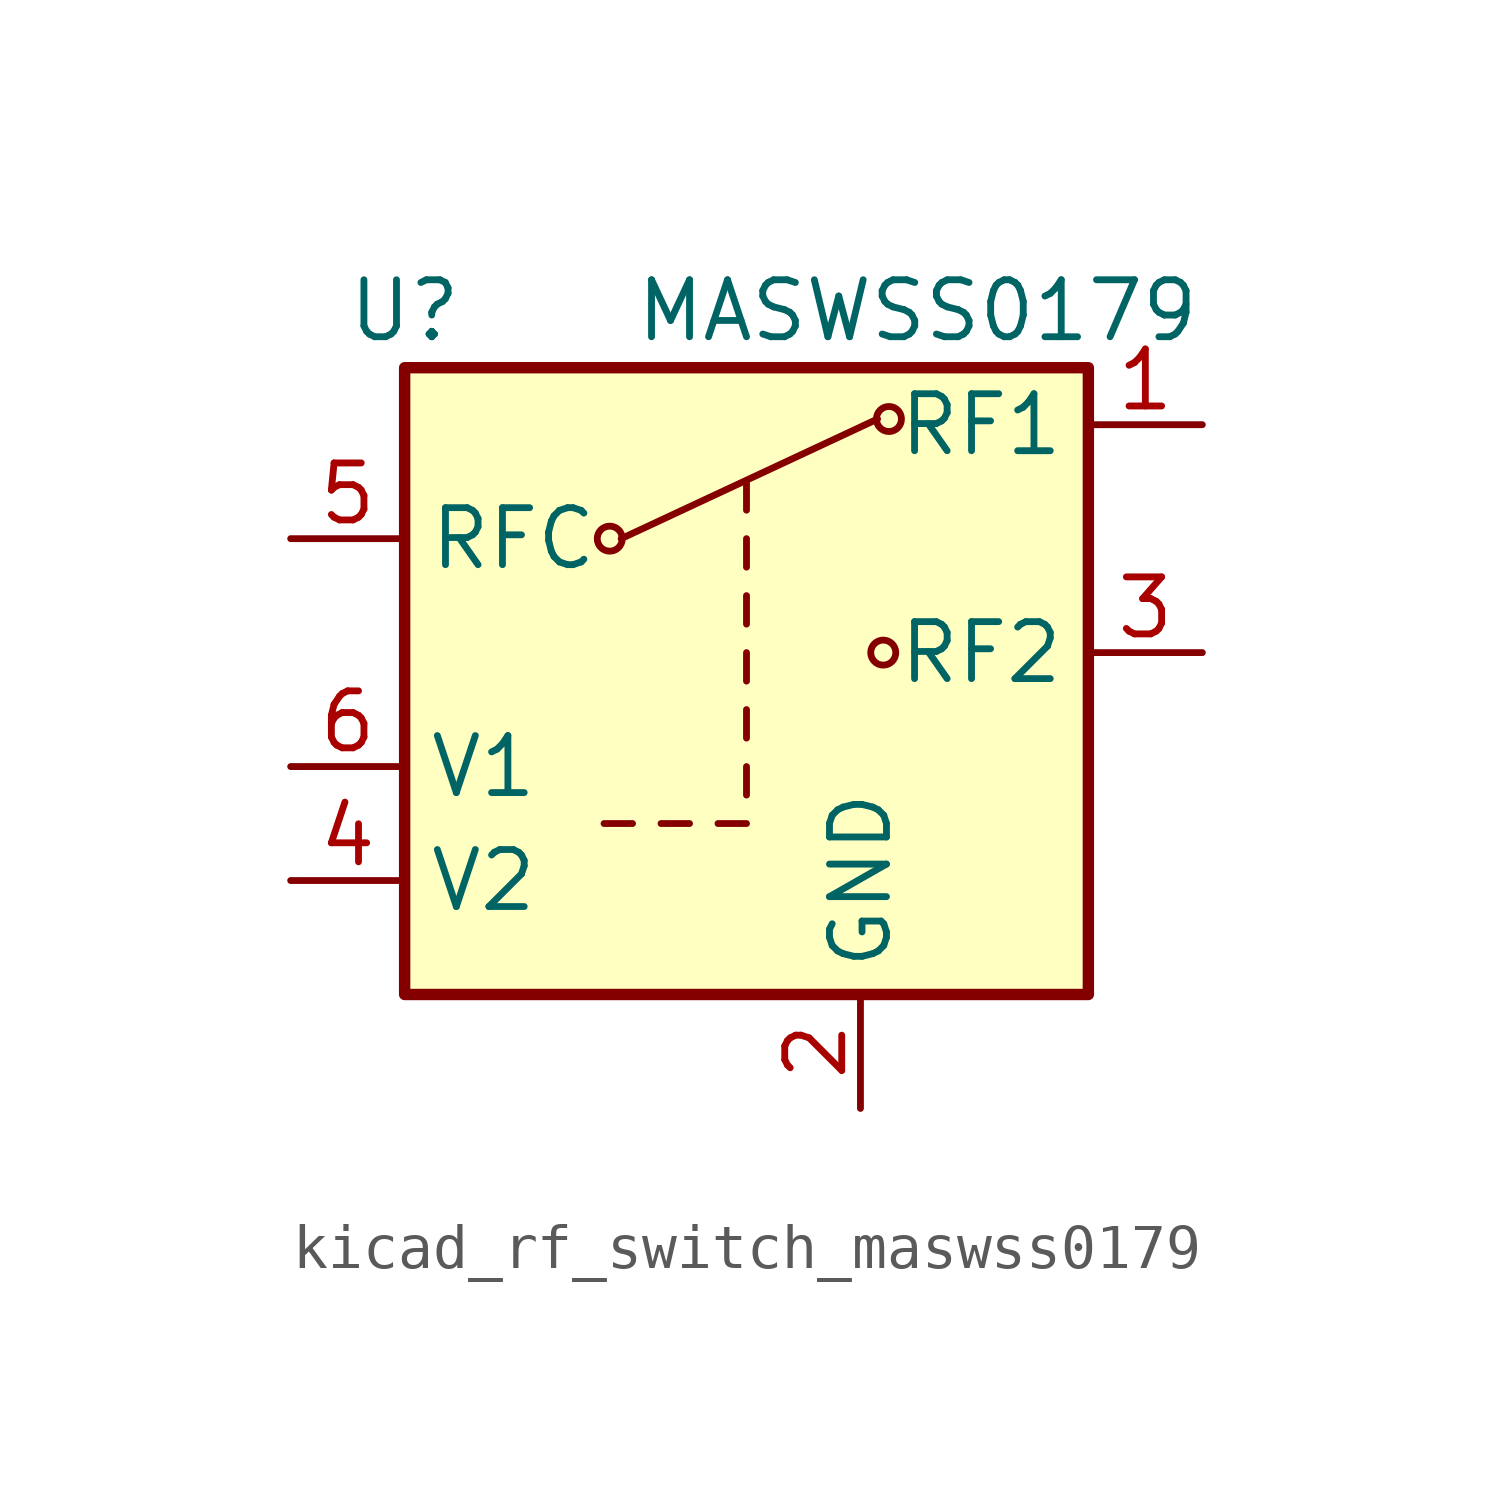
<source format=kicad_sym>
(kicad_symbol_lib
  (version 20220914)
  (generator kicad_symbol_editor)
  (symbol "kicad_rf_switch_maswss0179"
    (property "Reference" "U"
      (at -7.62 7.62 0)
      (effects (font (size 1.27 1.27))))
    (property "Value" "MASWSS0179"
      (at 3.81 7.62 0)
      (effects (font (size 1.27 1.27))))
    (symbol "kicad_rf_switch_maswss0179_0_1"
      (circle (center -3.048 2.54) (radius 0.279) (stroke (width 0) (type default)) (fill (type none)))
      (polyline (pts (xy -3.175 -3.81) (xy -2.54 -3.81)) (stroke (width 0) (type default)) (fill (type none)))
      (polyline (pts (xy -2.794 2.54) (xy 2.921 5.207)) (stroke (width 0) (type default)) (fill (type none)))
      (polyline (pts (xy -1.905 -3.81) (xy -1.27 -3.81)) (stroke (width 0) (type default)) (fill (type none)))
      (polyline (pts (xy -0.635 -3.81) (xy 0 -3.81)) (stroke (width 0) (type default)) (fill (type none)))
      (polyline (pts (xy 0 -3.175) (xy 0 -2.54)) (stroke (width 0) (type default)) (fill (type none)))
      (polyline (pts (xy 0 -1.905) (xy 0 -1.27)) (stroke (width 0) (type default)) (fill (type none)))
      (polyline (pts (xy 0 -0.635) (xy 0 0)) (stroke (width 0) (type default)) (fill (type none)))
      (polyline (pts (xy 0 0.635) (xy 0 1.27)) (stroke (width 0) (type default)) (fill (type none)))
      (polyline (pts (xy 0 1.905) (xy 0 2.54)) (stroke (width 0) (type default)) (fill (type none)))
      (polyline (pts (xy 0 3.175) (xy 0 3.81)) (stroke (width 0) (type default)) (fill (type none)))
      (circle (center 3.048 0) (radius 0.279) (stroke (width 0) (type default)) (fill (type none)))
      (circle (center 3.175 5.207) (radius 0.279) (stroke (width 0) (type default)) (fill (type none)))
      (rectangle (start 7.62 -7.62) (end -7.62 6.35) (stroke (width 0.254) (type default)) (fill (type background))))
    (symbol "kicad_rf_switch_maswss0179_1_1"
      (pin passive line (at 10.16 5.08 180) (length 2.54) (name "RF1" (effects (font (size 1.27 1.27)))) (number "1" (effects (font (size 1.27 1.27)))))
      (pin power_in line (at 2.54 -10.16 90) (length 2.54) (name "GND" (effects (font (size 1.27 1.27)))) (number "2" (effects (font (size 1.27 1.27)))))
      (pin passive line (at 10.16 0 180) (length 2.54) (name "RF2" (effects (font (size 1.27 1.27)))) (number "3" (effects (font (size 1.27 1.27)))))
      (pin input line (at -10.16 -5.08 0) (length 2.54) (name "V2" (effects (font (size 1.27 1.27)))) (number "4" (effects (font (size 1.27 1.27)))))
      (pin passive line (at -10.16 2.54 0) (length 2.54) (name "RFC" (effects (font (size 1.27 1.27)))) (number "5" (effects (font (size 1.27 1.27)))))
      (pin input line (at -10.16 -2.54 0) (length 2.54) (name "V1" (effects (font (size 1.27 1.27)))) (number "6" (effects (font (size 1.27 1.27))))))))
</source>
